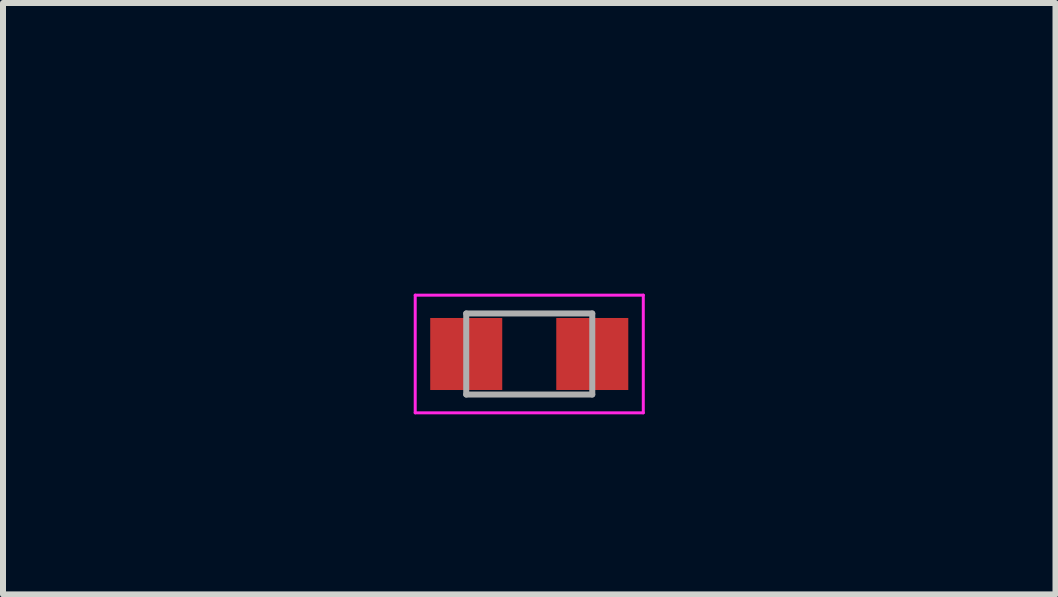
<source format=kicad_pcb>
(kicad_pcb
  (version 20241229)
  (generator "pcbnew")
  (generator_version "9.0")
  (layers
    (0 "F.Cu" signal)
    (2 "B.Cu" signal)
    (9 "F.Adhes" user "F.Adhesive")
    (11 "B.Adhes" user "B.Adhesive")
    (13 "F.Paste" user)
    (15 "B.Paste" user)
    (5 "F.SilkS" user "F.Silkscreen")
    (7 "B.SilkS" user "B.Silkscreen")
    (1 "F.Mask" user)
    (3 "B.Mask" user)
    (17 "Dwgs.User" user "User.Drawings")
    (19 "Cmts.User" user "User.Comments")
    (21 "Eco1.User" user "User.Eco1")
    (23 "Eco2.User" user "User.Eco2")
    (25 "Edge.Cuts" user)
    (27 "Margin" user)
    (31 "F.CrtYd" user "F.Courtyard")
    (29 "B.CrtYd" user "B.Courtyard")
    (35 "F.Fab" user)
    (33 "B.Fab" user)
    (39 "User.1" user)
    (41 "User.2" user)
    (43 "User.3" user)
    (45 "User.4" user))
  (footprint "CHIPLED-0805"
    (layer "F.Cu")
    (at 5.768 2.848)
    (property "Reference" "CHIPLED-0805" (at 0 -2 0) (layer "F.Mask") (effects (font (size 1 1) (thickness 0.15))))
    (attr smd)
    (fp_line (start -1.9 -0.98) (end -1.9 0.98) (stroke (width 0.05) (type solid)) (layer "F.CrtYd"))
    (fp_line (start -1.9 -0.98) (end 1.9 -0.98) (stroke (width 0.05) (type solid)) (layer "F.CrtYd"))
    (fp_line (start -1.9 0.98) (end 1.9 0.98) (stroke (width 0.05) (type solid)) (layer "F.CrtYd"))
    (fp_line (start 1.9 -0.98) (end 1.9 0.98) (stroke (width 0.05) (type solid)) (layer "F.CrtYd"))
    (fp_line (start -1.05 -0.675) (end -1.05 0.675) (stroke (width 0.1) (type solid)) (layer "F.Fab"))
    (fp_line (start -1.05 -0.675) (end 1.05 -0.675) (stroke (width 0.1) (type solid)) (layer "F.Fab"))
    (fp_line (start -1.05 0.675) (end 1.05 0.675) (stroke (width 0.1) (type solid)) (layer "F.Fab"))
    (fp_line (start 1.05 -0.675) (end 1.05 0.675) (stroke (width 0.1) (type solid)) (layer "F.Fab"))
    (fp_text user "-" (at 1.05 -1.5 0) (layer "F.Mask") (effects (font (size 0.508 0.508) (thickness 0.102))))
    (fp_text user "+" (at -1.05 -1.5 0) (layer "F.Mask") (effects (font (size 0.508 0.508) (thickness 0.102))))
    (pad "A" smd rect (at -1.05 0) (size 1.2 1.2) (layers "F.Cu" "F.Mask" "F.Paste"))
    (pad "C" smd rect (at 1.05 0) (size 1.2 1.2) (layers "F.Cu" "F.Mask" "F.Paste")))
  (gr_rect
    (start -3 -3)
    (end 14.536 6.853)
    (stroke (width 0.1) (type default))
    (fill no)
    (layer "Edge.Cuts")))
</source>
